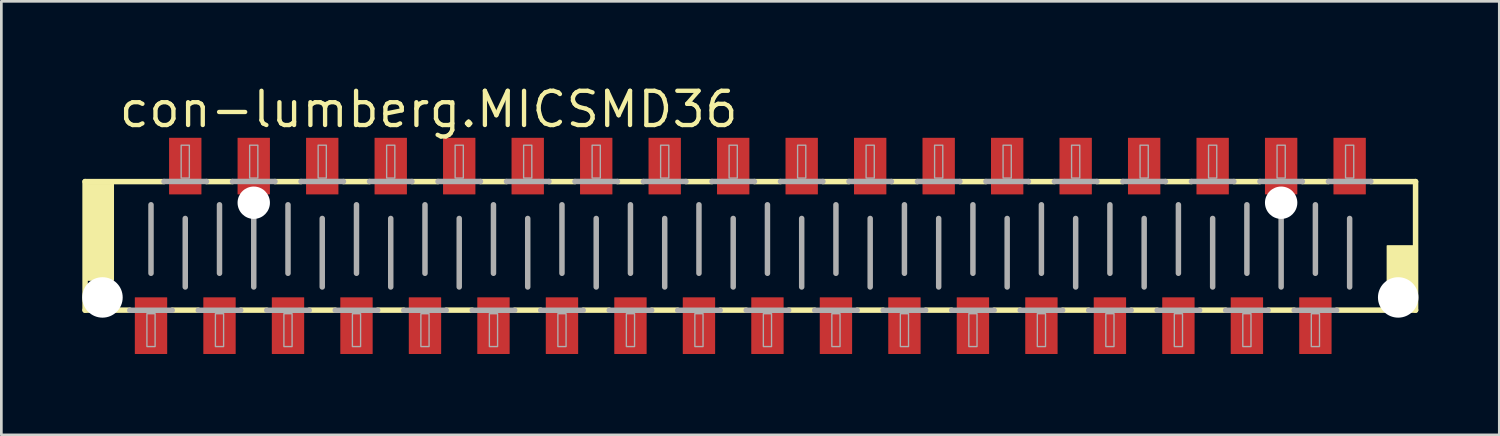
<source format=kicad_pcb>
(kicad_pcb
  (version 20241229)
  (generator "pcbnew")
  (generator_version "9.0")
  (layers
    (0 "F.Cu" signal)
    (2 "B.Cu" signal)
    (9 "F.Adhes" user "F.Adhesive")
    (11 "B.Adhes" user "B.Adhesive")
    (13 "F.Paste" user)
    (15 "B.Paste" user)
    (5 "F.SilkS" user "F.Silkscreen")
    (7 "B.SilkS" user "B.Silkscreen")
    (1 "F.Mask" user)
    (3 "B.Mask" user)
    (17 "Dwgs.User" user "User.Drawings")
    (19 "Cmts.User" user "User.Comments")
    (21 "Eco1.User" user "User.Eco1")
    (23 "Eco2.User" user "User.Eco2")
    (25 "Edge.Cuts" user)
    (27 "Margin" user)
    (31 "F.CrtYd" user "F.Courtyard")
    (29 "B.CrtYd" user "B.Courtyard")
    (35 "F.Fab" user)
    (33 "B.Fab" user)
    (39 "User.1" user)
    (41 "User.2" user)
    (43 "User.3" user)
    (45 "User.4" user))
  (footprint "con-lumberg.MICSMD36"
    (layer "F.Cu")
    (at 24.775 6.068)
    (property "Reference" "con-lumberg.MICSMD36" (at -23.495 -4.318 0) (layer "F.SilkS") (effects (font (size 1.27 1.27) (thickness 0.16)) (justify left bottom)))
    (attr smd)
    (fp_line (start -24.67 -2.384) (end -21.742 -2.384) (stroke (width 0.203) (type default)) (layer "F.SilkS"))
    (fp_line (start -24.67 2.384) (end -24.67 -2.384) (stroke (width 0.203) (type default)) (layer "F.SilkS"))
    (fp_line (start -23.012 2.384) (end -24.67 2.384) (stroke (width 0.203) (type default)) (layer "F.SilkS"))
    (fp_line (start -20.472 2.384) (end -21.438 2.384) (stroke (width 0.203) (type default)) (layer "F.SilkS"))
    (fp_line (start -20.168 -2.384) (end -19.202 -2.384) (stroke (width 0.203) (type default)) (layer "F.SilkS"))
    (fp_line (start -17.932 2.384) (end -18.898 2.384) (stroke (width 0.203) (type default)) (layer "F.SilkS"))
    (fp_line (start -17.628 -2.384) (end -16.662 -2.384) (stroke (width 0.203) (type default)) (layer "F.SilkS"))
    (fp_line (start -15.392 2.384) (end -16.358 2.384) (stroke (width 0.203) (type default)) (layer "F.SilkS"))
    (fp_line (start -15.088 -2.384) (end -14.122 -2.384) (stroke (width 0.203) (type default)) (layer "F.SilkS"))
    (fp_line (start -12.852 2.384) (end -13.818 2.384) (stroke (width 0.203) (type default)) (layer "F.SilkS"))
    (fp_line (start -12.548 -2.384) (end -11.582 -2.384) (stroke (width 0.203) (type default)) (layer "F.SilkS"))
    (fp_line (start -10.312 2.384) (end -11.278 2.384) (stroke (width 0.203) (type default)) (layer "F.SilkS"))
    (fp_line (start -10.008 -2.384) (end -9.042 -2.384) (stroke (width 0.203) (type default)) (layer "F.SilkS"))
    (fp_line (start -7.772 2.384) (end -8.738 2.384) (stroke (width 0.203) (type default)) (layer "F.SilkS"))
    (fp_line (start -7.468 -2.384) (end -6.502 -2.384) (stroke (width 0.203) (type default)) (layer "F.SilkS"))
    (fp_line (start -5.232 2.384) (end -6.198 2.384) (stroke (width 0.203) (type default)) (layer "F.SilkS"))
    (fp_line (start -4.928 -2.384) (end -3.962 -2.384) (stroke (width 0.203) (type default)) (layer "F.SilkS"))
    (fp_line (start -2.692 2.384) (end -3.658 2.384) (stroke (width 0.203) (type default)) (layer "F.SilkS"))
    (fp_line (start -2.388 -2.384) (end -1.422 -2.384) (stroke (width 0.203) (type default)) (layer "F.SilkS"))
    (fp_line (start -0.152 2.384) (end -1.118 2.384) (stroke (width 0.203) (type default)) (layer "F.SilkS"))
    (fp_line (start 0.152 -2.384) (end 1.118 -2.384) (stroke (width 0.203) (type default)) (layer "F.SilkS"))
    (fp_line (start 2.388 2.384) (end 1.422 2.384) (stroke (width 0.203) (type default)) (layer "F.SilkS"))
    (fp_line (start 2.692 -2.384) (end 3.658 -2.384) (stroke (width 0.203) (type default)) (layer "F.SilkS"))
    (fp_line (start 4.928 2.384) (end 3.962 2.384) (stroke (width 0.203) (type default)) (layer "F.SilkS"))
    (fp_line (start 5.232 -2.384) (end 6.198 -2.384) (stroke (width 0.203) (type default)) (layer "F.SilkS"))
    (fp_line (start 7.468 2.384) (end 6.502 2.384) (stroke (width 0.203) (type default)) (layer "F.SilkS"))
    (fp_line (start 7.772 -2.384) (end 8.738 -2.384) (stroke (width 0.203) (type default)) (layer "F.SilkS"))
    (fp_line (start 10.008 2.384) (end 9.042 2.384) (stroke (width 0.203) (type default)) (layer "F.SilkS"))
    (fp_line (start 10.312 -2.384) (end 11.278 -2.384) (stroke (width 0.203) (type default)) (layer "F.SilkS"))
    (fp_line (start 12.548 2.384) (end 11.582 2.384) (stroke (width 0.203) (type default)) (layer "F.SilkS"))
    (fp_line (start 12.852 -2.384) (end 13.818 -2.384) (stroke (width 0.203) (type default)) (layer "F.SilkS"))
    (fp_line (start 15.088 2.384) (end 14.122 2.384) (stroke (width 0.203) (type default)) (layer "F.SilkS"))
    (fp_line (start 15.392 -2.384) (end 16.358 -2.384) (stroke (width 0.203) (type default)) (layer "F.SilkS"))
    (fp_line (start 17.628 2.384) (end 16.662 2.384) (stroke (width 0.203) (type default)) (layer "F.SilkS"))
    (fp_line (start 17.932 -2.384) (end 18.898 -2.384) (stroke (width 0.203) (type default)) (layer "F.SilkS"))
    (fp_line (start 20.168 2.384) (end 19.202 2.384) (stroke (width 0.203) (type default)) (layer "F.SilkS"))
    (fp_line (start 20.472 -2.384) (end 21.438 -2.384) (stroke (width 0.203) (type default)) (layer "F.SilkS"))
    (fp_line (start 23.012 -2.384) (end 24.67 -2.384) (stroke (width 0.203) (type default)) (layer "F.SilkS"))
    (fp_line (start 24.67 -2.384) (end 24.67 2.384) (stroke (width 0.203) (type default)) (layer "F.SilkS"))
    (fp_line (start 24.67 2.384) (end 21.742 2.384) (stroke (width 0.203) (type default)) (layer "F.SilkS"))
    (fp_rect (start -24.638 1.27) (end -23.622 -2.286) (stroke (width 0.05) (type default)) (fill yes) (layer "F.SilkS"))
    (fp_rect (start 23.622 2.286) (end 24.638 0) (stroke (width 0.05) (type default)) (fill yes) (layer "F.SilkS"))
    (fp_line (start -22.225 -1.524) (end -22.225 1.016) (stroke (width 0.203) (type default)) (layer "F.Fab"))
    (fp_line (start -21.742 -2.388) (end -20.168 -2.388) (stroke (width 0.203) (type default)) (layer "F.Fab"))
    (fp_line (start -21.438 2.388) (end -23.012 2.388) (stroke (width 0.203) (type default)) (layer "F.Fab"))
    (fp_line (start -20.955 -1.016) (end -20.955 1.524) (stroke (width 0.203) (type default)) (layer "F.Fab"))
    (fp_line (start -19.685 -1.524) (end -19.685 1.016) (stroke (width 0.203) (type default)) (layer "F.Fab"))
    (fp_line (start -19.202 -2.388) (end -17.628 -2.388) (stroke (width 0.203) (type default)) (layer "F.Fab"))
    (fp_line (start -18.898 2.388) (end -20.472 2.388) (stroke (width 0.203) (type default)) (layer "F.Fab"))
    (fp_line (start -18.415 -1.016) (end -18.415 1.524) (stroke (width 0.203) (type default)) (layer "F.Fab"))
    (fp_line (start -17.145 -1.524) (end -17.145 1.016) (stroke (width 0.203) (type default)) (layer "F.Fab"))
    (fp_line (start -16.662 -2.388) (end -15.088 -2.388) (stroke (width 0.203) (type default)) (layer "F.Fab"))
    (fp_line (start -16.358 2.388) (end -17.932 2.388) (stroke (width 0.203) (type default)) (layer "F.Fab"))
    (fp_line (start -15.875 -1.016) (end -15.875 1.524) (stroke (width 0.203) (type default)) (layer "F.Fab"))
    (fp_line (start -14.605 -1.524) (end -14.605 1.016) (stroke (width 0.203) (type default)) (layer "F.Fab"))
    (fp_line (start -14.122 -2.388) (end -12.548 -2.388) (stroke (width 0.203) (type default)) (layer "F.Fab"))
    (fp_line (start -13.818 2.388) (end -15.392 2.388) (stroke (width 0.203) (type default)) (layer "F.Fab"))
    (fp_line (start -13.335 -1.016) (end -13.335 1.524) (stroke (width 0.203) (type default)) (layer "F.Fab"))
    (fp_line (start -12.065 -1.524) (end -12.065 1.016) (stroke (width 0.203) (type default)) (layer "F.Fab"))
    (fp_line (start -11.582 -2.388) (end -10.008 -2.388) (stroke (width 0.203) (type default)) (layer "F.Fab"))
    (fp_line (start -11.278 2.388) (end -12.852 2.388) (stroke (width 0.203) (type default)) (layer "F.Fab"))
    (fp_line (start -10.795 -1.016) (end -10.795 1.524) (stroke (width 0.203) (type default)) (layer "F.Fab"))
    (fp_line (start -9.525 -1.524) (end -9.525 1.016) (stroke (width 0.203) (type default)) (layer "F.Fab"))
    (fp_line (start -9.042 -2.388) (end -7.468 -2.388) (stroke (width 0.203) (type default)) (layer "F.Fab"))
    (fp_line (start -8.738 2.388) (end -10.312 2.388) (stroke (width 0.203) (type default)) (layer "F.Fab"))
    (fp_line (start -8.255 -1.016) (end -8.255 1.524) (stroke (width 0.203) (type default)) (layer "F.Fab"))
    (fp_line (start -6.985 -1.524) (end -6.985 1.016) (stroke (width 0.203) (type default)) (layer "F.Fab"))
    (fp_line (start -6.502 -2.388) (end -4.928 -2.388) (stroke (width 0.203) (type default)) (layer "F.Fab"))
    (fp_line (start -6.198 2.388) (end -7.772 2.388) (stroke (width 0.203) (type default)) (layer "F.Fab"))
    (fp_line (start -5.715 -1.016) (end -5.715 1.524) (stroke (width 0.203) (type default)) (layer "F.Fab"))
    (fp_line (start -4.445 -1.524) (end -4.445 1.016) (stroke (width 0.203) (type default)) (layer "F.Fab"))
    (fp_line (start -3.962 -2.388) (end -2.388 -2.388) (stroke (width 0.203) (type default)) (layer "F.Fab"))
    (fp_line (start -3.658 2.388) (end -5.232 2.388) (stroke (width 0.203) (type default)) (layer "F.Fab"))
    (fp_line (start -3.175 -1.016) (end -3.175 1.524) (stroke (width 0.203) (type default)) (layer "F.Fab"))
    (fp_line (start -1.905 -1.524) (end -1.905 1.016) (stroke (width 0.203) (type default)) (layer "F.Fab"))
    (fp_line (start -1.422 -2.388) (end 0.152 -2.388) (stroke (width 0.203) (type default)) (layer "F.Fab"))
    (fp_line (start -1.118 2.388) (end -2.692 2.388) (stroke (width 0.203) (type default)) (layer "F.Fab"))
    (fp_line (start -0.635 -1.016) (end -0.635 1.524) (stroke (width 0.203) (type default)) (layer "F.Fab"))
    (fp_line (start 0.635 -1.524) (end 0.635 1.016) (stroke (width 0.203) (type default)) (layer "F.Fab"))
    (fp_line (start 1.118 -2.388) (end 2.692 -2.388) (stroke (width 0.203) (type default)) (layer "F.Fab"))
    (fp_line (start 1.422 2.388) (end -0.152 2.388) (stroke (width 0.203) (type default)) (layer "F.Fab"))
    (fp_line (start 1.905 -1.016) (end 1.905 1.524) (stroke (width 0.203) (type default)) (layer "F.Fab"))
    (fp_line (start 3.175 -1.524) (end 3.175 1.016) (stroke (width 0.203) (type default)) (layer "F.Fab"))
    (fp_line (start 3.658 -2.388) (end 5.232 -2.388) (stroke (width 0.203) (type default)) (layer "F.Fab"))
    (fp_line (start 3.962 2.388) (end 2.388 2.388) (stroke (width 0.203) (type default)) (layer "F.Fab"))
    (fp_line (start 4.445 -1.016) (end 4.445 1.524) (stroke (width 0.203) (type default)) (layer "F.Fab"))
    (fp_line (start 5.715 -1.524) (end 5.715 1.016) (stroke (width 0.203) (type default)) (layer "F.Fab"))
    (fp_line (start 6.198 -2.388) (end 7.772 -2.388) (stroke (width 0.203) (type default)) (layer "F.Fab"))
    (fp_line (start 6.502 2.388) (end 4.928 2.388) (stroke (width 0.203) (type default)) (layer "F.Fab"))
    (fp_line (start 6.985 -1.016) (end 6.985 1.524) (stroke (width 0.203) (type default)) (layer "F.Fab"))
    (fp_line (start 8.255 -1.524) (end 8.255 1.016) (stroke (width 0.203) (type default)) (layer "F.Fab"))
    (fp_line (start 8.738 -2.388) (end 10.312 -2.388) (stroke (width 0.203) (type default)) (layer "F.Fab"))
    (fp_line (start 9.042 2.388) (end 7.468 2.388) (stroke (width 0.203) (type default)) (layer "F.Fab"))
    (fp_line (start 9.525 -1.016) (end 9.525 1.524) (stroke (width 0.203) (type default)) (layer "F.Fab"))
    (fp_line (start 10.795 -1.524) (end 10.795 1.016) (stroke (width 0.203) (type default)) (layer "F.Fab"))
    (fp_line (start 11.278 -2.388) (end 12.852 -2.388) (stroke (width 0.203) (type default)) (layer "F.Fab"))
    (fp_line (start 11.582 2.388) (end 10.008 2.388) (stroke (width 0.203) (type default)) (layer "F.Fab"))
    (fp_line (start 12.065 -1.016) (end 12.065 1.524) (stroke (width 0.203) (type default)) (layer "F.Fab"))
    (fp_line (start 13.335 -1.524) (end 13.335 1.016) (stroke (width 0.203) (type default)) (layer "F.Fab"))
    (fp_line (start 13.818 -2.388) (end 15.392 -2.388) (stroke (width 0.203) (type default)) (layer "F.Fab"))
    (fp_line (start 14.122 2.388) (end 12.548 2.388) (stroke (width 0.203) (type default)) (layer "F.Fab"))
    (fp_line (start 14.605 -1.016) (end 14.605 1.524) (stroke (width 0.203) (type default)) (layer "F.Fab"))
    (fp_line (start 15.875 -1.524) (end 15.875 1.016) (stroke (width 0.203) (type default)) (layer "F.Fab"))
    (fp_line (start 16.358 -2.388) (end 17.932 -2.388) (stroke (width 0.203) (type default)) (layer "F.Fab"))
    (fp_line (start 16.662 2.388) (end 15.088 2.388) (stroke (width 0.203) (type default)) (layer "F.Fab"))
    (fp_line (start 17.145 -1.016) (end 17.145 1.524) (stroke (width 0.203) (type default)) (layer "F.Fab"))
    (fp_line (start 18.415 -1.524) (end 18.415 1.016) (stroke (width 0.203) (type default)) (layer "F.Fab"))
    (fp_line (start 18.898 -2.388) (end 20.472 -2.388) (stroke (width 0.203) (type default)) (layer "F.Fab"))
    (fp_line (start 19.202 2.388) (end 17.628 2.388) (stroke (width 0.203) (type default)) (layer "F.Fab"))
    (fp_line (start 19.685 -1.016) (end 19.685 1.524) (stroke (width 0.203) (type default)) (layer "F.Fab"))
    (fp_line (start 20.955 -1.524) (end 20.955 1.016) (stroke (width 0.203) (type default)) (layer "F.Fab"))
    (fp_line (start 21.438 -2.388) (end 23.012 -2.388) (stroke (width 0.203) (type default)) (layer "F.Fab"))
    (fp_line (start 21.742 2.388) (end 20.168 2.388) (stroke (width 0.203) (type default)) (layer "F.Fab"))
    (fp_line (start 22.225 -1.016) (end 22.225 1.524) (stroke (width 0.203) (type default)) (layer "F.Fab"))
    (fp_rect (start -22.377 3.734) (end -22.073 2.515) (stroke (width 0.05) (type default)) (fill no) (layer "F.Fab"))
    (fp_rect (start -21.107 -2.515) (end -20.803 -3.734) (stroke (width 0.05) (type default)) (fill no) (layer "F.Fab"))
    (fp_rect (start -19.837 3.734) (end -19.533 2.515) (stroke (width 0.05) (type default)) (fill no) (layer "F.Fab"))
    (fp_rect (start -18.567 -2.515) (end -18.263 -3.734) (stroke (width 0.05) (type default)) (fill no) (layer "F.Fab"))
    (fp_rect (start -17.297 3.734) (end -16.993 2.515) (stroke (width 0.05) (type default)) (fill no) (layer "F.Fab"))
    (fp_rect (start -16.027 -2.515) (end -15.723 -3.734) (stroke (width 0.05) (type default)) (fill no) (layer "F.Fab"))
    (fp_rect (start -14.757 3.734) (end -14.453 2.515) (stroke (width 0.05) (type default)) (fill no) (layer "F.Fab"))
    (fp_rect (start -13.487 -2.515) (end -13.183 -3.734) (stroke (width 0.05) (type default)) (fill no) (layer "F.Fab"))
    (fp_rect (start -12.217 3.734) (end -11.913 2.515) (stroke (width 0.05) (type default)) (fill no) (layer "F.Fab"))
    (fp_rect (start -10.947 -2.515) (end -10.643 -3.734) (stroke (width 0.05) (type default)) (fill no) (layer "F.Fab"))
    (fp_rect (start -9.677 3.734) (end -9.373 2.515) (stroke (width 0.05) (type default)) (fill no) (layer "F.Fab"))
    (fp_rect (start -8.407 -2.515) (end -8.103 -3.734) (stroke (width 0.05) (type default)) (fill no) (layer "F.Fab"))
    (fp_rect (start -7.137 3.734) (end -6.833 2.515) (stroke (width 0.05) (type default)) (fill no) (layer "F.Fab"))
    (fp_rect (start -5.867 -2.515) (end -5.563 -3.734) (stroke (width 0.05) (type default)) (fill no) (layer "F.Fab"))
    (fp_rect (start -4.597 3.734) (end -4.293 2.515) (stroke (width 0.05) (type default)) (fill no) (layer "F.Fab"))
    (fp_rect (start -3.327 -2.515) (end -3.023 -3.734) (stroke (width 0.05) (type default)) (fill no) (layer "F.Fab"))
    (fp_rect (start -2.057 3.734) (end -1.753 2.515) (stroke (width 0.05) (type default)) (fill no) (layer "F.Fab"))
    (fp_rect (start -0.787 -2.515) (end -0.483 -3.734) (stroke (width 0.05) (type default)) (fill no) (layer "F.Fab"))
    (fp_rect (start 0.483 3.734) (end 0.787 2.515) (stroke (width 0.05) (type default)) (fill no) (layer "F.Fab"))
    (fp_rect (start 1.753 -2.515) (end 2.057 -3.734) (stroke (width 0.05) (type default)) (fill no) (layer "F.Fab"))
    (fp_rect (start 3.023 3.734) (end 3.327 2.515) (stroke (width 0.05) (type default)) (fill no) (layer "F.Fab"))
    (fp_rect (start 4.293 -2.515) (end 4.597 -3.734) (stroke (width 0.05) (type default)) (fill no) (layer "F.Fab"))
    (fp_rect (start 5.563 3.734) (end 5.867 2.515) (stroke (width 0.05) (type default)) (fill no) (layer "F.Fab"))
    (fp_rect (start 6.833 -2.515) (end 7.137 -3.734) (stroke (width 0.05) (type default)) (fill no) (layer "F.Fab"))
    (fp_rect (start 8.103 3.734) (end 8.407 2.515) (stroke (width 0.05) (type default)) (fill no) (layer "F.Fab"))
    (fp_rect (start 9.373 -2.515) (end 9.677 -3.734) (stroke (width 0.05) (type default)) (fill no) (layer "F.Fab"))
    (fp_rect (start 10.643 3.734) (end 10.947 2.515) (stroke (width 0.05) (type default)) (fill no) (layer "F.Fab"))
    (fp_rect (start 11.913 -2.515) (end 12.217 -3.734) (stroke (width 0.05) (type default)) (fill no) (layer "F.Fab"))
    (fp_rect (start 13.183 3.734) (end 13.487 2.515) (stroke (width 0.05) (type default)) (fill no) (layer "F.Fab"))
    (fp_rect (start 14.453 -2.515) (end 14.757 -3.734) (stroke (width 0.05) (type default)) (fill no) (layer "F.Fab"))
    (fp_rect (start 15.723 3.734) (end 16.027 2.515) (stroke (width 0.05) (type default)) (fill no) (layer "F.Fab"))
    (fp_rect (start 16.993 -2.515) (end 17.297 -3.734) (stroke (width 0.05) (type default)) (fill no) (layer "F.Fab"))
    (fp_rect (start 18.263 3.734) (end 18.567 2.515) (stroke (width 0.05) (type default)) (fill no) (layer "F.Fab"))
    (fp_rect (start 19.533 -2.515) (end 19.837 -3.734) (stroke (width 0.05) (type default)) (fill no) (layer "F.Fab"))
    (fp_rect (start 20.803 3.734) (end 21.107 2.515) (stroke (width 0.05) (type default)) (fill no) (layer "F.Fab"))
    (fp_rect (start 22.073 -2.515) (end 22.377 -3.734) (stroke (width 0.05) (type default)) (fill no) (layer "F.Fab"))
    (pad "" np_thru_hole circle (at -24.025 1.912) (size 1.5 1.5) (drill 1.5) (layers "*.Cu" "*.Mask"))
    (pad "" np_thru_hole circle (at -18.415 -1.6) (size 1.2 1.2) (drill 1.2) (layers "*.Cu" "*.Mask"))
    (pad "" np_thru_hole circle (at 19.685 -1.6) (size 1.2 1.2) (drill 1.2) (layers "*.Cu" "*.Mask"))
    (pad "" np_thru_hole circle (at 24.025 1.912) (size 1.5 1.5) (drill 1.5) (layers "*.Cu" "*.Mask"))
    (pad "1" smd roundrect (at -22.225 2.959) (size 1.2 2.1) (layers "F.Cu" "F.Mask" "F.Paste") (roundrect_rratio 0.01))
    (pad "2" smd roundrect (at -20.955 -2.959) (size 1.2 2.1) (layers "F.Cu" "F.Mask" "F.Paste") (roundrect_rratio 0.01))
    (pad "3" smd roundrect (at -19.685 2.959) (size 1.2 2.1) (layers "F.Cu" "F.Mask" "F.Paste") (roundrect_rratio 0.01))
    (pad "4" smd roundrect (at -18.415 -2.959) (size 1.2 2.1) (layers "F.Cu" "F.Mask" "F.Paste") (roundrect_rratio 0.01))
    (pad "5" smd roundrect (at -17.145 2.959) (size 1.2 2.1) (layers "F.Cu" "F.Mask" "F.Paste") (roundrect_rratio 0.01))
    (pad "6" smd roundrect (at -15.875 -2.959) (size 1.2 2.1) (layers "F.Cu" "F.Mask" "F.Paste") (roundrect_rratio 0.01))
    (pad "7" smd roundrect (at -14.605 2.959) (size 1.2 2.1) (layers "F.Cu" "F.Mask" "F.Paste") (roundrect_rratio 0.01))
    (pad "8" smd roundrect (at -13.335 -2.959) (size 1.2 2.1) (layers "F.Cu" "F.Mask" "F.Paste") (roundrect_rratio 0.01))
    (pad "9" smd roundrect (at -12.065 2.959) (size 1.2 2.1) (layers "F.Cu" "F.Mask" "F.Paste") (roundrect_rratio 0.01))
    (pad "10" smd roundrect (at -10.795 -2.959) (size 1.2 2.1) (layers "F.Cu" "F.Mask" "F.Paste") (roundrect_rratio 0.01))
    (pad "11" smd roundrect (at -9.525 2.959) (size 1.2 2.1) (layers "F.Cu" "F.Mask" "F.Paste") (roundrect_rratio 0.01))
    (pad "12" smd roundrect (at -8.255 -2.959) (size 1.2 2.1) (layers "F.Cu" "F.Mask" "F.Paste") (roundrect_rratio 0.01))
    (pad "13" smd roundrect (at -6.985 2.959) (size 1.2 2.1) (layers "F.Cu" "F.Mask" "F.Paste") (roundrect_rratio 0.01))
    (pad "14" smd roundrect (at -5.715 -2.959) (size 1.2 2.1) (layers "F.Cu" "F.Mask" "F.Paste") (roundrect_rratio 0.01))
    (pad "15" smd roundrect (at -4.445 2.959) (size 1.2 2.1) (layers "F.Cu" "F.Mask" "F.Paste") (roundrect_rratio 0.01))
    (pad "16" smd roundrect (at -3.175 -2.959) (size 1.2 2.1) (layers "F.Cu" "F.Mask" "F.Paste") (roundrect_rratio 0.01))
    (pad "17" smd roundrect (at -1.905 2.959) (size 1.2 2.1) (layers "F.Cu" "F.Mask" "F.Paste") (roundrect_rratio 0.01))
    (pad "18" smd roundrect (at -0.635 -2.959) (size 1.2 2.1) (layers "F.Cu" "F.Mask" "F.Paste") (roundrect_rratio 0.01))
    (pad "19" smd roundrect (at 0.635 2.959) (size 1.2 2.1) (layers "F.Cu" "F.Mask" "F.Paste") (roundrect_rratio 0.01))
    (pad "20" smd roundrect (at 1.905 -2.959) (size 1.2 2.1) (layers "F.Cu" "F.Mask" "F.Paste") (roundrect_rratio 0.01))
    (pad "21" smd roundrect (at 3.175 2.959) (size 1.2 2.1) (layers "F.Cu" "F.Mask" "F.Paste") (roundrect_rratio 0.01))
    (pad "22" smd roundrect (at 4.445 -2.959) (size 1.2 2.1) (layers "F.Cu" "F.Mask" "F.Paste") (roundrect_rratio 0.01))
    (pad "23" smd roundrect (at 5.715 2.959) (size 1.2 2.1) (layers "F.Cu" "F.Mask" "F.Paste") (roundrect_rratio 0.01))
    (pad "24" smd roundrect (at 6.985 -2.959) (size 1.2 2.1) (layers "F.Cu" "F.Mask" "F.Paste") (roundrect_rratio 0.01))
    (pad "25" smd roundrect (at 8.255 2.959) (size 1.2 2.1) (layers "F.Cu" "F.Mask" "F.Paste") (roundrect_rratio 0.01))
    (pad "26" smd roundrect (at 9.525 -2.959) (size 1.2 2.1) (layers "F.Cu" "F.Mask" "F.Paste") (roundrect_rratio 0.01))
    (pad "27" smd roundrect (at 10.795 2.959) (size 1.2 2.1) (layers "F.Cu" "F.Mask" "F.Paste") (roundrect_rratio 0.01))
    (pad "28" smd roundrect (at 12.065 -2.959) (size 1.2 2.1) (layers "F.Cu" "F.Mask" "F.Paste") (roundrect_rratio 0.01))
    (pad "29" smd roundrect (at 13.335 2.959) (size 1.2 2.1) (layers "F.Cu" "F.Mask" "F.Paste") (roundrect_rratio 0.01))
    (pad "30" smd roundrect (at 14.605 -2.959) (size 1.2 2.1) (layers "F.Cu" "F.Mask" "F.Paste") (roundrect_rratio 0.01))
    (pad "31" smd roundrect (at 15.875 2.959) (size 1.2 2.1) (layers "F.Cu" "F.Mask" "F.Paste") (roundrect_rratio 0.01))
    (pad "32" smd roundrect (at 17.145 -2.959) (size 1.2 2.1) (layers "F.Cu" "F.Mask" "F.Paste") (roundrect_rratio 0.01))
    (pad "33" smd roundrect (at 18.415 2.959) (size 1.2 2.1) (layers "F.Cu" "F.Mask" "F.Paste") (roundrect_rratio 0.01))
    (pad "34" smd roundrect (at 19.685 -2.959) (size 1.2 2.1) (layers "F.Cu" "F.Mask" "F.Paste") (roundrect_rratio 0.01))
    (pad "35" smd roundrect (at 20.955 2.959) (size 1.2 2.1) (layers "F.Cu" "F.Mask" "F.Paste") (roundrect_rratio 0.01))
    (pad "36" smd roundrect (at 22.225 -2.959) (size 1.2 2.1) (layers "F.Cu" "F.Mask" "F.Paste") (roundrect_rratio 0.01)))
  (gr_rect
    (start -3 -3)
    (end 52.55 13.077)
    (stroke (width 0.1) (type default))
    (fill no)
    (layer "Edge.Cuts")))
</source>
